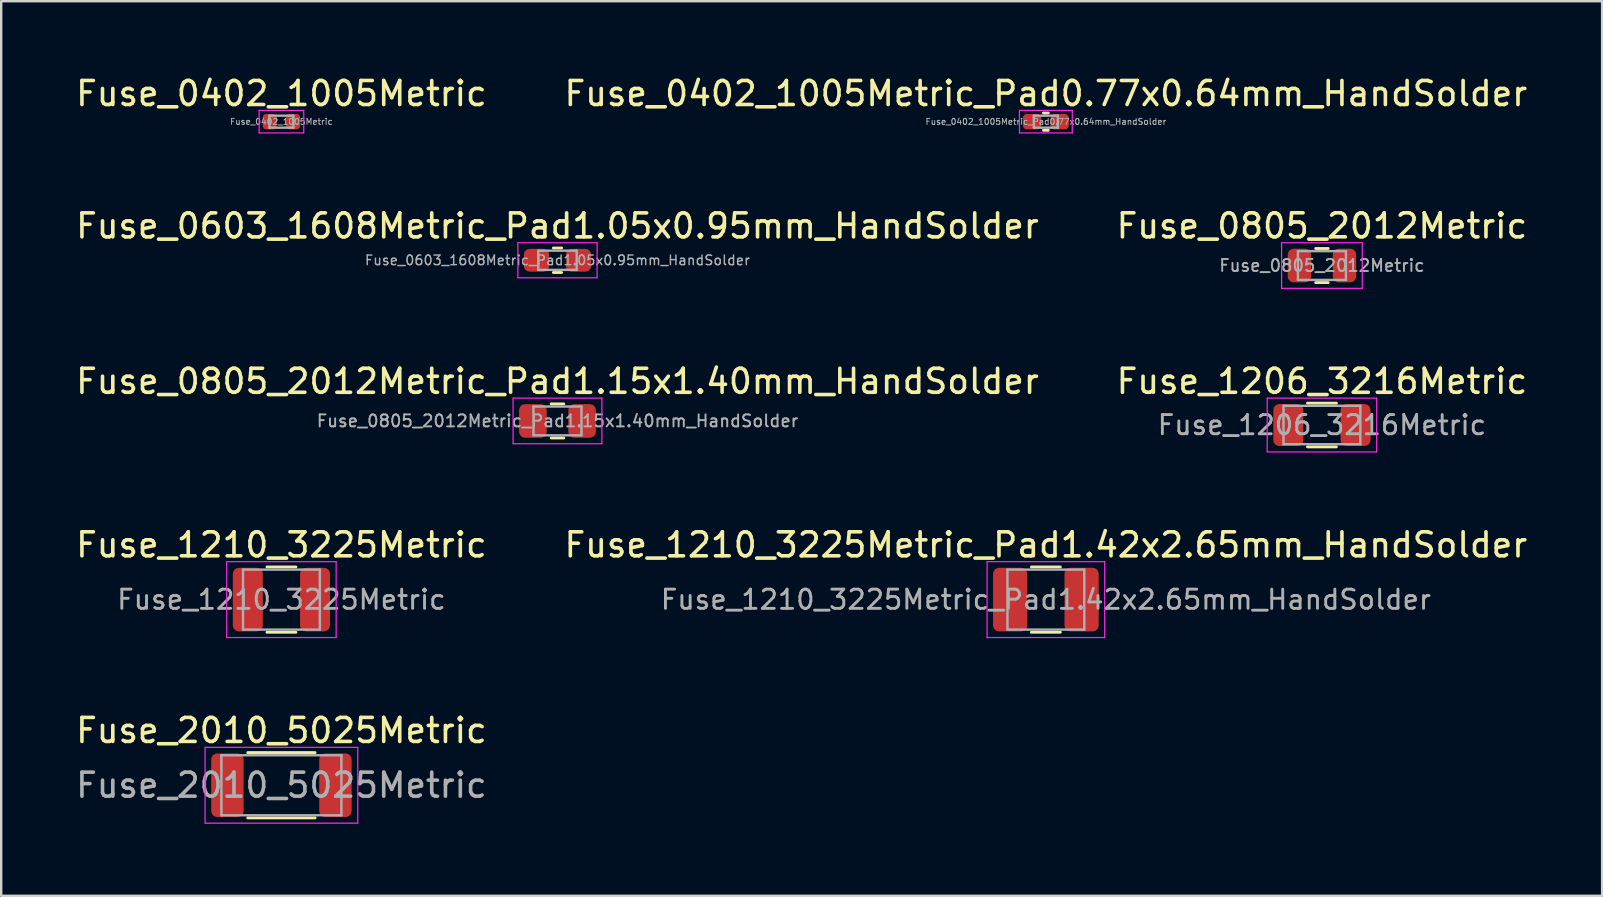
<source format=kicad_pcb>
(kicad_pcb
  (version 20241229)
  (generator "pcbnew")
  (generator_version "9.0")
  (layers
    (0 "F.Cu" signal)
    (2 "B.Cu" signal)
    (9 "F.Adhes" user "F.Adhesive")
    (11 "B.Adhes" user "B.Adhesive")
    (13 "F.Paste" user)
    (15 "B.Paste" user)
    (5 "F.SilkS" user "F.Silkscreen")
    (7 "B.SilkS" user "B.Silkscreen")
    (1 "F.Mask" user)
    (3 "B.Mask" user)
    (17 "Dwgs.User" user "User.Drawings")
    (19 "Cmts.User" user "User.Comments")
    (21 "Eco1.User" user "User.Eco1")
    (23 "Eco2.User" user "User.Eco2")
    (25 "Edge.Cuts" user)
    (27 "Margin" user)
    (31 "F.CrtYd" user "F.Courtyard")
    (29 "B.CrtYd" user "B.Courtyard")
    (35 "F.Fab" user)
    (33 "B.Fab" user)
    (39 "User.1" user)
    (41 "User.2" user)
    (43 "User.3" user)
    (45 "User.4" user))
  (footprint "Fuse_0805_2012Metric_Pad1.15x1.40mm_HandSolder"
    (layer "F.Cu")
    (at 20.173 14.485)
    (property "Reference" "Fuse_0805_2012Metric_Pad1.15x1.40mm_HandSolder" (at 0 -1.65 0) (layer "F.SilkS") (effects (font (size 1 1) (thickness 0.15))))
    (attr smd)
    (fp_line (start -0.261 -0.71) (end 0.261 -0.71) (stroke (width 0.12) (type solid)) (layer "F.SilkS"))
    (fp_line (start -0.261 0.71) (end 0.261 0.71) (stroke (width 0.12) (type solid)) (layer "F.SilkS"))
    (fp_line (start -1.85 -0.95) (end 1.85 -0.95) (stroke (width 0.05) (type solid)) (layer "F.CrtYd"))
    (fp_line (start -1.85 0.95) (end -1.85 -0.95) (stroke (width 0.05) (type solid)) (layer "F.CrtYd"))
    (fp_line (start 1.85 -0.95) (end 1.85 0.95) (stroke (width 0.05) (type solid)) (layer "F.CrtYd"))
    (fp_line (start 1.85 0.95) (end -1.85 0.95) (stroke (width 0.05) (type solid)) (layer "F.CrtYd"))
    (fp_line (start -1 -0.6) (end 1 -0.6) (stroke (width 0.1) (type solid)) (layer "F.Fab"))
    (fp_line (start -1 0.6) (end -1 -0.6) (stroke (width 0.1) (type solid)) (layer "F.Fab"))
    (fp_line (start 1 -0.6) (end 1 0.6) (stroke (width 0.1) (type solid)) (layer "F.Fab"))
    (fp_line (start 1 0.6) (end -1 0.6) (stroke (width 0.1) (type solid)) (layer "F.Fab"))
    (fp_text user "${REFERENCE}" (at 0 0 0) (layer "F.Fab") (effects (font (size 0.5 0.5) (thickness 0.08))))
    (pad "1" smd roundrect (at -1.025 0) (size 1.15 1.4) (layers "F.Cu" "F.Mask" "F.Paste") (roundrect_rratio 0.217))
    (pad "2" smd roundrect (at 1.025 0) (size 1.15 1.4) (layers "F.Cu" "F.Mask" "F.Paste") (roundrect_rratio 0.217)))
  (footprint "Fuse_0402_1005Metric_Pad0.77x0.64mm_HandSolder"
    (layer "F.Cu")
    (at 40.518 2.018)
    (property "Reference" "Fuse_0402_1005Metric_Pad0.77x0.64mm_HandSolder" (at 0 -1.17 0) (layer "F.SilkS") (effects (font (size 1 1) (thickness 0.15))))
    (attr smd)
    (fp_line (start -0.1 -0.36) (end 0.1 -0.36) (stroke (width 0.12) (type solid)) (layer "F.SilkS"))
    (fp_line (start -0.1 0.36) (end 0.1 0.36) (stroke (width 0.12) (type solid)) (layer "F.SilkS"))
    (fp_line (start -1.1 -0.47) (end 1.1 -0.47) (stroke (width 0.05) (type solid)) (layer "F.CrtYd"))
    (fp_line (start -1.1 0.47) (end -1.1 -0.47) (stroke (width 0.05) (type solid)) (layer "F.CrtYd"))
    (fp_line (start 1.1 -0.47) (end 1.1 0.47) (stroke (width 0.05) (type solid)) (layer "F.CrtYd"))
    (fp_line (start 1.1 0.47) (end -1.1 0.47) (stroke (width 0.05) (type solid)) (layer "F.CrtYd"))
    (fp_line (start -0.5 -0.25) (end 0.5 -0.25) (stroke (width 0.1) (type solid)) (layer "F.Fab"))
    (fp_line (start -0.5 0.25) (end -0.5 -0.25) (stroke (width 0.1) (type solid)) (layer "F.Fab"))
    (fp_line (start 0.5 -0.25) (end 0.5 0.25) (stroke (width 0.1) (type solid)) (layer "F.Fab"))
    (fp_line (start 0.5 0.25) (end -0.5 0.25) (stroke (width 0.1) (type solid)) (layer "F.Fab"))
    (fp_text user "${REFERENCE}" (at 0 0 0) (layer "F.Fab") (effects (font (size 0.25 0.25) (thickness 0.04))))
    (pad "1" smd roundrect (at -0.573 0) (size 0.765 0.64) (layers "F.Cu" "F.Mask" "F.Paste") (roundrect_rratio 0.25))
    (pad "2" smd roundrect (at 0.573 0) (size 0.765 0.64) (layers "F.Cu" "F.Mask" "F.Paste") (roundrect_rratio 0.25)))
  (footprint "Fuse_2010_5025Metric"
    (layer "F.Cu")
    (at 8.673 29.661)
    (property "Reference" "Fuse_2010_5025Metric" (at 0 -2.28 0) (layer "F.SilkS") (effects (font (size 1 1) (thickness 0.15))))
    (attr smd)
    (fp_line (start -1.402 -1.36) (end 1.402 -1.36) (stroke (width 0.12) (type solid)) (layer "F.SilkS"))
    (fp_line (start -1.402 1.36) (end 1.402 1.36) (stroke (width 0.12) (type solid)) (layer "F.SilkS"))
    (fp_line (start -3.18 -1.58) (end 3.18 -1.58) (stroke (width 0.05) (type solid)) (layer "F.CrtYd"))
    (fp_line (start -3.18 1.58) (end -3.18 -1.58) (stroke (width 0.05) (type solid)) (layer "F.CrtYd"))
    (fp_line (start 3.18 -1.58) (end 3.18 1.58) (stroke (width 0.05) (type solid)) (layer "F.CrtYd"))
    (fp_line (start 3.18 1.58) (end -3.18 1.58) (stroke (width 0.05) (type solid)) (layer "F.CrtYd"))
    (fp_line (start -2.5 -1.25) (end 2.5 -1.25) (stroke (width 0.1) (type solid)) (layer "F.Fab"))
    (fp_line (start -2.5 1.25) (end -2.5 -1.25) (stroke (width 0.1) (type solid)) (layer "F.Fab"))
    (fp_line (start 2.5 -1.25) (end 2.5 1.25) (stroke (width 0.1) (type solid)) (layer "F.Fab"))
    (fp_line (start 2.5 1.25) (end -2.5 1.25) (stroke (width 0.1) (type solid)) (layer "F.Fab"))
    (fp_text user "${REFERENCE}" (at 0 0 0) (layer "F.Fab") (effects (font (size 1 1) (thickness 0.15))))
    (pad "1" smd roundrect (at -2.25 0) (size 1.35 2.65) (layers "F.Cu" "F.Mask" "F.Paste") (roundrect_rratio 0.185))
    (pad "2" smd roundrect (at 2.25 0) (size 1.35 2.65) (layers "F.Cu" "F.Mask" "F.Paste") (roundrect_rratio 0.185)))
  (footprint "Fuse_0805_2012Metric"
    (layer "F.Cu")
    (at 52.018 8.011)
    (property "Reference" "Fuse_0805_2012Metric" (at 0 -1.65 0) (layer "F.SilkS") (effects (font (size 1 1) (thickness 0.15))))
    (attr smd)
    (fp_line (start -0.259 -0.71) (end 0.259 -0.71) (stroke (width 0.12) (type solid)) (layer "F.SilkS"))
    (fp_line (start -0.259 0.71) (end 0.259 0.71) (stroke (width 0.12) (type solid)) (layer "F.SilkS"))
    (fp_line (start -1.68 -0.95) (end 1.68 -0.95) (stroke (width 0.05) (type solid)) (layer "F.CrtYd"))
    (fp_line (start -1.68 0.95) (end -1.68 -0.95) (stroke (width 0.05) (type solid)) (layer "F.CrtYd"))
    (fp_line (start 1.68 -0.95) (end 1.68 0.95) (stroke (width 0.05) (type solid)) (layer "F.CrtYd"))
    (fp_line (start 1.68 0.95) (end -1.68 0.95) (stroke (width 0.05) (type solid)) (layer "F.CrtYd"))
    (fp_line (start -1 -0.6) (end 1 -0.6) (stroke (width 0.1) (type solid)) (layer "F.Fab"))
    (fp_line (start -1 0.6) (end -1 -0.6) (stroke (width 0.1) (type solid)) (layer "F.Fab"))
    (fp_line (start 1 -0.6) (end 1 0.6) (stroke (width 0.1) (type solid)) (layer "F.Fab"))
    (fp_line (start 1 0.6) (end -1 0.6) (stroke (width 0.1) (type solid)) (layer "F.Fab"))
    (fp_text user "${REFERENCE}" (at 0 0 0) (layer "F.Fab") (effects (font (size 0.5 0.5) (thickness 0.08))))
    (pad "1" smd roundrect (at -0.938 0) (size 0.975 1.4) (layers "F.Cu" "F.Mask" "F.Paste") (roundrect_rratio 0.25))
    (pad "2" smd roundrect (at 0.938 0) (size 0.975 1.4) (layers "F.Cu" "F.Mask" "F.Paste") (roundrect_rratio 0.25)))
  (footprint "Fuse_1210_3225Metric"
    (layer "F.Cu")
    (at 8.673 21.928)
    (property "Reference" "Fuse_1210_3225Metric" (at 0 -2.28 0) (layer "F.SilkS") (effects (font (size 1 1) (thickness 0.15))))
    (attr smd)
    (fp_line (start -0.602 -1.36) (end 0.602 -1.36) (stroke (width 0.12) (type solid)) (layer "F.SilkS"))
    (fp_line (start -0.602 1.36) (end 0.602 1.36) (stroke (width 0.12) (type solid)) (layer "F.SilkS"))
    (fp_line (start -2.28 -1.58) (end 2.28 -1.58) (stroke (width 0.05) (type solid)) (layer "F.CrtYd"))
    (fp_line (start -2.28 1.58) (end -2.28 -1.58) (stroke (width 0.05) (type solid)) (layer "F.CrtYd"))
    (fp_line (start 2.28 -1.58) (end 2.28 1.58) (stroke (width 0.05) (type solid)) (layer "F.CrtYd"))
    (fp_line (start 2.28 1.58) (end -2.28 1.58) (stroke (width 0.05) (type solid)) (layer "F.CrtYd"))
    (fp_line (start -1.6 -1.25) (end 1.6 -1.25) (stroke (width 0.1) (type solid)) (layer "F.Fab"))
    (fp_line (start -1.6 1.25) (end -1.6 -1.25) (stroke (width 0.1) (type solid)) (layer "F.Fab"))
    (fp_line (start 1.6 -1.25) (end 1.6 1.25) (stroke (width 0.1) (type solid)) (layer "F.Fab"))
    (fp_line (start 1.6 1.25) (end -1.6 1.25) (stroke (width 0.1) (type solid)) (layer "F.Fab"))
    (fp_text user "${REFERENCE}" (at 0 0 0) (layer "F.Fab") (effects (font (size 0.8 0.8) (thickness 0.12))))
    (pad "1" smd roundrect (at -1.4 0) (size 1.25 2.65) (layers "F.Cu" "F.Mask" "F.Paste") (roundrect_rratio 0.2))
    (pad "2" smd roundrect (at 1.4 0) (size 1.25 2.65) (layers "F.Cu" "F.Mask" "F.Paste") (roundrect_rratio 0.2)))
  (footprint "Fuse_0603_1608Metric_Pad1.05x0.95mm_HandSolder"
    (layer "F.Cu")
    (at 20.173 7.792)
    (property "Reference" "Fuse_0603_1608Metric_Pad1.05x0.95mm_HandSolder" (at 0 -1.43 0) (layer "F.SilkS") (effects (font (size 1 1) (thickness 0.15))))
    (attr smd)
    (fp_line (start -0.171 -0.51) (end 0.171 -0.51) (stroke (width 0.12) (type solid)) (layer "F.SilkS"))
    (fp_line (start -0.171 0.51) (end 0.171 0.51) (stroke (width 0.12) (type solid)) (layer "F.SilkS"))
    (fp_line (start -1.65 -0.73) (end 1.65 -0.73) (stroke (width 0.05) (type solid)) (layer "F.CrtYd"))
    (fp_line (start -1.65 0.73) (end -1.65 -0.73) (stroke (width 0.05) (type solid)) (layer "F.CrtYd"))
    (fp_line (start 1.65 -0.73) (end 1.65 0.73) (stroke (width 0.05) (type solid)) (layer "F.CrtYd"))
    (fp_line (start 1.65 0.73) (end -1.65 0.73) (stroke (width 0.05) (type solid)) (layer "F.CrtYd"))
    (fp_line (start -0.8 -0.4) (end 0.8 -0.4) (stroke (width 0.1) (type solid)) (layer "F.Fab"))
    (fp_line (start -0.8 0.4) (end -0.8 -0.4) (stroke (width 0.1) (type solid)) (layer "F.Fab"))
    (fp_line (start 0.8 -0.4) (end 0.8 0.4) (stroke (width 0.1) (type solid)) (layer "F.Fab"))
    (fp_line (start 0.8 0.4) (end -0.8 0.4) (stroke (width 0.1) (type solid)) (layer "F.Fab"))
    (fp_text user "${REFERENCE}" (at 0 0 0) (layer "F.Fab") (effects (font (size 0.4 0.4) (thickness 0.06))))
    (pad "1" smd roundrect (at -0.875 0) (size 1.05 0.95) (layers "F.Cu" "F.Mask" "F.Paste") (roundrect_rratio 0.25))
    (pad "2" smd roundrect (at 0.875 0) (size 1.05 0.95) (layers "F.Cu" "F.Mask" "F.Paste") (roundrect_rratio 0.25)))
  (footprint "Fuse_1206_3216Metric"
    (layer "F.Cu")
    (at 52.018 14.655)
    (property "Reference" "Fuse_1206_3216Metric" (at 0 -1.82 0) (layer "F.SilkS") (effects (font (size 1 1) (thickness 0.15))))
    (attr smd)
    (fp_line (start -0.602 -0.91) (end 0.602 -0.91) (stroke (width 0.12) (type solid)) (layer "F.SilkS"))
    (fp_line (start -0.602 0.91) (end 0.602 0.91) (stroke (width 0.12) (type solid)) (layer "F.SilkS"))
    (fp_line (start -2.28 -1.12) (end 2.28 -1.12) (stroke (width 0.05) (type solid)) (layer "F.CrtYd"))
    (fp_line (start -2.28 1.12) (end -2.28 -1.12) (stroke (width 0.05) (type solid)) (layer "F.CrtYd"))
    (fp_line (start 2.28 -1.12) (end 2.28 1.12) (stroke (width 0.05) (type solid)) (layer "F.CrtYd"))
    (fp_line (start 2.28 1.12) (end -2.28 1.12) (stroke (width 0.05) (type solid)) (layer "F.CrtYd"))
    (fp_line (start -1.6 -0.8) (end 1.6 -0.8) (stroke (width 0.1) (type solid)) (layer "F.Fab"))
    (fp_line (start -1.6 0.8) (end -1.6 -0.8) (stroke (width 0.1) (type solid)) (layer "F.Fab"))
    (fp_line (start 1.6 -0.8) (end 1.6 0.8) (stroke (width 0.1) (type solid)) (layer "F.Fab"))
    (fp_line (start 1.6 0.8) (end -1.6 0.8) (stroke (width 0.1) (type solid)) (layer "F.Fab"))
    (fp_text user "${REFERENCE}" (at 0 0 0) (layer "F.Fab") (effects (font (size 0.8 0.8) (thickness 0.12))))
    (pad "1" smd roundrect (at -1.4 0) (size 1.25 1.75) (layers "F.Cu" "F.Mask" "F.Paste") (roundrect_rratio 0.2))
    (pad "2" smd roundrect (at 1.4 0) (size 1.25 1.75) (layers "F.Cu" "F.Mask" "F.Paste") (roundrect_rratio 0.2)))
  (footprint "Fuse_1210_3225Metric_Pad1.42x2.65mm_HandSolder"
    (layer "F.Cu")
    (at 40.518 21.928)
    (property "Reference" "Fuse_1210_3225Metric_Pad1.42x2.65mm_HandSolder" (at 0 -2.28 0) (layer "F.SilkS") (effects (font (size 1 1) (thickness 0.15))))
    (attr smd)
    (fp_line (start -0.602 -1.36) (end 0.602 -1.36) (stroke (width 0.12) (type solid)) (layer "F.SilkS"))
    (fp_line (start -0.602 1.36) (end 0.602 1.36) (stroke (width 0.12) (type solid)) (layer "F.SilkS"))
    (fp_line (start -2.45 -1.58) (end 2.45 -1.58) (stroke (width 0.05) (type solid)) (layer "F.CrtYd"))
    (fp_line (start -2.45 1.58) (end -2.45 -1.58) (stroke (width 0.05) (type solid)) (layer "F.CrtYd"))
    (fp_line (start 2.45 -1.58) (end 2.45 1.58) (stroke (width 0.05) (type solid)) (layer "F.CrtYd"))
    (fp_line (start 2.45 1.58) (end -2.45 1.58) (stroke (width 0.05) (type solid)) (layer "F.CrtYd"))
    (fp_line (start -1.6 -1.25) (end 1.6 -1.25) (stroke (width 0.1) (type solid)) (layer "F.Fab"))
    (fp_line (start -1.6 1.25) (end -1.6 -1.25) (stroke (width 0.1) (type solid)) (layer "F.Fab"))
    (fp_line (start 1.6 -1.25) (end 1.6 1.25) (stroke (width 0.1) (type solid)) (layer "F.Fab"))
    (fp_line (start 1.6 1.25) (end -1.6 1.25) (stroke (width 0.1) (type solid)) (layer "F.Fab"))
    (fp_text user "${REFERENCE}" (at 0 0 0) (layer "F.Fab") (effects (font (size 0.8 0.8) (thickness 0.12))))
    (pad "1" smd roundrect (at -1.488 0) (size 1.425 2.65) (layers "F.Cu" "F.Mask" "F.Paste") (roundrect_rratio 0.175))
    (pad "2" smd roundrect (at 1.488 0) (size 1.425 2.65) (layers "F.Cu" "F.Mask" "F.Paste") (roundrect_rratio 0.175)))
  (footprint "Fuse_0402_1005Metric"
    (layer "F.Cu")
    (at 8.673 2.018)
    (property "Reference" "Fuse_0402_1005Metric" (at 0 -1.17 0) (layer "F.SilkS") (effects (font (size 1 1) (thickness 0.15))))
    (attr smd)
    (fp_line (start -0.93 -0.47) (end 0.93 -0.47) (stroke (width 0.05) (type solid)) (layer "F.CrtYd"))
    (fp_line (start -0.93 0.47) (end -0.93 -0.47) (stroke (width 0.05) (type solid)) (layer "F.CrtYd"))
    (fp_line (start 0.93 -0.47) (end 0.93 0.47) (stroke (width 0.05) (type solid)) (layer "F.CrtYd"))
    (fp_line (start 0.93 0.47) (end -0.93 0.47) (stroke (width 0.05) (type solid)) (layer "F.CrtYd"))
    (fp_line (start -0.5 -0.25) (end 0.5 -0.25) (stroke (width 0.1) (type solid)) (layer "F.Fab"))
    (fp_line (start -0.5 0.25) (end -0.5 -0.25) (stroke (width 0.1) (type solid)) (layer "F.Fab"))
    (fp_line (start 0.5 -0.25) (end 0.5 0.25) (stroke (width 0.1) (type solid)) (layer "F.Fab"))
    (fp_line (start 0.5 0.25) (end -0.5 0.25) (stroke (width 0.1) (type solid)) (layer "F.Fab"))
    (fp_text user "${REFERENCE}" (at 0 0 0) (layer "F.Fab") (effects (font (size 0.25 0.25) (thickness 0.04))))
    (pad "1" smd roundrect (at -0.485 0) (size 0.59 0.64) (layers "F.Cu" "F.Mask" "F.Paste") (roundrect_rratio 0.25))
    (pad "2" smd roundrect (at 0.485 0) (size 0.59 0.64) (layers "F.Cu" "F.Mask" "F.Paste") (roundrect_rratio 0.25)))
  (gr_rect
    (start -3 -3)
    (end 63.69 34.266)
    (stroke (width 0.1) (type default))
    (fill no)
    (layer "Edge.Cuts")))
</source>
